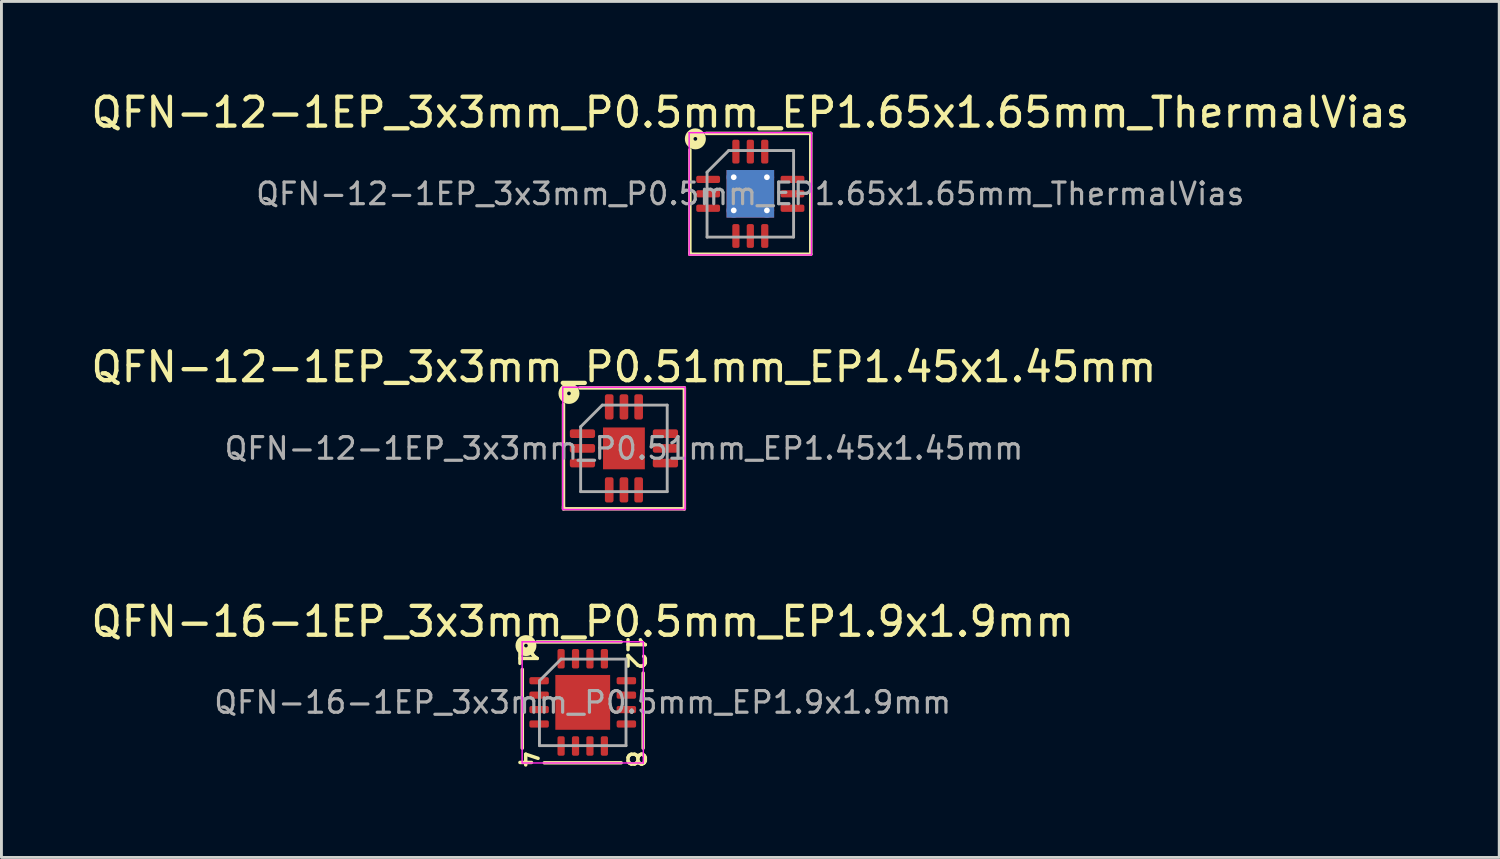
<source format=kicad_pcb>
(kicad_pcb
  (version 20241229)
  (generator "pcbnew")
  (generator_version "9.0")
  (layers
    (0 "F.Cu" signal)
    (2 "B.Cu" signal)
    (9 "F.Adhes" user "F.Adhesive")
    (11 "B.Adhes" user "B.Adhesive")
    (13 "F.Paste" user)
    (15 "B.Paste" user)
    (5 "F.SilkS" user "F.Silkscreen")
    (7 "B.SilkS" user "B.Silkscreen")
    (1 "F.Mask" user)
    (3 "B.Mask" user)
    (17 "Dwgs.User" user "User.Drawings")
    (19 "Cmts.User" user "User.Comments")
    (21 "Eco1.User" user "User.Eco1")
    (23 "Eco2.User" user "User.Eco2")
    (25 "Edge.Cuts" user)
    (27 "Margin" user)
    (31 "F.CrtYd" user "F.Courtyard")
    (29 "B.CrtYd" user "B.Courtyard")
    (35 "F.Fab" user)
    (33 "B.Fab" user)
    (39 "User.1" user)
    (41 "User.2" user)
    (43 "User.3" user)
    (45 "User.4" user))
  (footprint "QFN-12-1EP_3x3mm_P0.51mm_EP1.45x1.45mm"
    (layer "F.Cu")
    (at 18.577 12.492)
    (property "Reference" "QFN-12-1EP_3x3mm_P0.51mm_EP1.45x1.45mm" (at 0 -2.82 0) (layer "F.SilkS") (effects (font (size 1 1) (thickness 0.15))))
    (attr smd)
    (fp_line (start -2.095 -1.524) (end -2.095 2.032) (stroke (width 0.12) (type solid)) (layer "F.SilkS"))
    (fp_line (start -2.095 2.032) (end -2.095 2.095) (stroke (width 0.12) (type solid)) (layer "F.SilkS"))
    (fp_line (start -2.095 2.095) (end 2.095 2.095) (stroke (width 0.12) (type solid)) (layer "F.SilkS"))
    (fp_line (start 2.095 -2.095) (end -1.524 -2.095) (stroke (width 0.12) (type solid)) (layer "F.SilkS"))
    (fp_line (start 2.095 2.095) (end 2.095 -2.095) (stroke (width 0.12) (type solid)) (layer "F.SilkS"))
    (fp_circle (center -1.905 -1.905) (end -1.841 -1.905) (stroke (width 0.3) (type solid)) (fill no) (layer "F.SilkS"))
    (fp_line (start -2.12 -2.12) (end -2.12 2.12) (stroke (width 0.05) (type solid)) (layer "F.CrtYd"))
    (fp_line (start -2.12 2.12) (end 2.12 2.12) (stroke (width 0.05) (type solid)) (layer "F.CrtYd"))
    (fp_line (start 2.12 -2.12) (end -2.12 -2.12) (stroke (width 0.05) (type solid)) (layer "F.CrtYd"))
    (fp_line (start 2.12 2.12) (end 2.12 -2.12) (stroke (width 0.05) (type solid)) (layer "F.CrtYd"))
    (fp_line (start -1.5 -0.75) (end -0.75 -1.5) (stroke (width 0.1) (type solid)) (layer "F.Fab"))
    (fp_line (start -1.5 1.5) (end -1.5 -0.75) (stroke (width 0.1) (type solid)) (layer "F.Fab"))
    (fp_line (start -0.75 -1.5) (end 1.5 -1.5) (stroke (width 0.1) (type solid)) (layer "F.Fab"))
    (fp_line (start 1.5 -1.5) (end 1.5 1.5) (stroke (width 0.1) (type solid)) (layer "F.Fab"))
    (fp_line (start 1.5 1.5) (end -1.5 1.5) (stroke (width 0.1) (type solid)) (layer "F.Fab"))
    (fp_text user "${REFERENCE}" (at 0 0 0) (layer "F.Fab") (effects (font (size 0.75 0.75) (thickness 0.11))))
    (pad "" smd roundrect (at -0.36 -0.36) (size 0.58 0.58) (layers "F.Paste") (roundrect_rratio 0.25))
    (pad "" smd roundrect (at -0.36 0.36) (size 0.58 0.58) (layers "F.Paste") (roundrect_rratio 0.25))
    (pad "" smd roundrect (at 0.36 -0.36) (size 0.58 0.58) (layers "F.Paste") (roundrect_rratio 0.25))
    (pad "" smd roundrect (at 0.36 0.36) (size 0.58 0.58) (layers "F.Paste") (roundrect_rratio 0.25))
    (pad "1" smd roundrect (at -1.438 -0.51) (size 0.875 0.3) (layers "F.Cu" "F.Mask" "F.Paste") (roundrect_rratio 0.25))
    (pad "2" smd roundrect (at -1.438 0) (size 0.875 0.3) (layers "F.Cu" "F.Mask" "F.Paste") (roundrect_rratio 0.25))
    (pad "3" smd roundrect (at -1.438 0.51) (size 0.875 0.3) (layers "F.Cu" "F.Mask" "F.Paste") (roundrect_rratio 0.25))
    (pad "4" smd roundrect (at -0.51 1.438) (size 0.3 0.875) (layers "F.Cu" "F.Mask" "F.Paste") (roundrect_rratio 0.25))
    (pad "5" smd roundrect (at 0 1.438) (size 0.3 0.875) (layers "F.Cu" "F.Mask" "F.Paste") (roundrect_rratio 0.25))
    (pad "6" smd roundrect (at 0.51 1.438) (size 0.3 0.875) (layers "F.Cu" "F.Mask" "F.Paste") (roundrect_rratio 0.25))
    (pad "7" smd roundrect (at 1.438 0.51) (size 0.875 0.3) (layers "F.Cu" "F.Mask" "F.Paste") (roundrect_rratio 0.25))
    (pad "8" smd roundrect (at 1.438 0) (size 0.875 0.3) (layers "F.Cu" "F.Mask" "F.Paste") (roundrect_rratio 0.25))
    (pad "9" smd roundrect (at 1.438 -0.51) (size 0.875 0.3) (layers "F.Cu" "F.Mask" "F.Paste") (roundrect_rratio 0.25))
    (pad "10" smd roundrect (at 0.51 -1.438) (size 0.3 0.875) (layers "F.Cu" "F.Mask" "F.Paste") (roundrect_rratio 0.25))
    (pad "11" smd roundrect (at 0 -1.438) (size 0.3 0.875) (layers "F.Cu" "F.Mask" "F.Paste") (roundrect_rratio 0.25))
    (pad "12" smd roundrect (at -0.51 -1.438) (size 0.3 0.875) (layers "F.Cu" "F.Mask" "F.Paste") (roundrect_rratio 0.25))
    (pad "13" smd rect (at 0 0) (size 1.45 1.45) (layers "F.Cu" "F.Mask")))
  (footprint "QFN-12-1EP_3x3mm_P0.5mm_EP1.65x1.65mm_ThermalVias"
    (layer "F.Cu")
    (at 22.958 3.668)
    (property "Reference" "QFN-12-1EP_3x3mm_P0.5mm_EP1.65x1.65mm_ThermalVias" (at 0 -2.82 0) (layer "F.SilkS") (effects (font (size 1 1) (thickness 0.15))))
    (attr smd)
    (fp_line (start -2.095 -1.524) (end -2.095 2.032) (stroke (width 0.12) (type solid)) (layer "F.SilkS"))
    (fp_line (start -2.095 2.032) (end -2.095 2.095) (stroke (width 0.12) (type solid)) (layer "F.SilkS"))
    (fp_line (start -2.095 2.095) (end 2.095 2.095) (stroke (width 0.12) (type solid)) (layer "F.SilkS"))
    (fp_line (start 2.095 -2.095) (end -1.524 -2.095) (stroke (width 0.12) (type solid)) (layer "F.SilkS"))
    (fp_line (start 2.095 2.095) (end 2.095 -2.095) (stroke (width 0.12) (type solid)) (layer "F.SilkS"))
    (fp_circle (center -1.905 -1.905) (end -1.841 -1.905) (stroke (width 0.3) (type solid)) (fill no) (layer "F.SilkS"))
    (fp_line (start -2.12 -2.12) (end -2.12 2.12) (stroke (width 0.05) (type solid)) (layer "F.CrtYd"))
    (fp_line (start -2.12 2.12) (end 2.12 2.12) (stroke (width 0.05) (type solid)) (layer "F.CrtYd"))
    (fp_line (start 2.12 -2.12) (end -2.12 -2.12) (stroke (width 0.05) (type solid)) (layer "F.CrtYd"))
    (fp_line (start 2.12 2.12) (end 2.12 -2.12) (stroke (width 0.05) (type solid)) (layer "F.CrtYd"))
    (fp_line (start -1.5 -0.75) (end -0.75 -1.5) (stroke (width 0.1) (type solid)) (layer "F.Fab"))
    (fp_line (start -1.5 1.5) (end -1.5 -0.75) (stroke (width 0.1) (type solid)) (layer "F.Fab"))
    (fp_line (start -0.75 -1.5) (end 1.5 -1.5) (stroke (width 0.1) (type solid)) (layer "F.Fab"))
    (fp_line (start 1.5 -1.5) (end 1.5 1.5) (stroke (width 0.1) (type solid)) (layer "F.Fab"))
    (fp_line (start 1.5 1.5) (end -1.5 1.5) (stroke (width 0.1) (type solid)) (layer "F.Fab"))
    (fp_text user "${REFERENCE}" (at 0 0 0) (layer "F.Fab") (effects (font (size 0.75 0.75) (thickness 0.11))))
    (pad "" smd roundrect (at -0.41 -0.41) (size 0.71 0.71) (layers "F.Paste") (roundrect_rratio 0.25))
    (pad "" smd roundrect (at -0.41 0.41) (size 0.71 0.71) (layers "F.Paste") (roundrect_rratio 0.25))
    (pad "" smd roundrect (at 0.41 -0.41) (size 0.71 0.71) (layers "F.Paste") (roundrect_rratio 0.25))
    (pad "" smd roundrect (at 0.41 0.41) (size 0.71 0.71) (layers "F.Paste") (roundrect_rratio 0.25))
    (pad "1" smd roundrect (at -1.462 -0.5) (size 0.825 0.25) (layers "F.Cu" "F.Mask" "F.Paste") (roundrect_rratio 0.25))
    (pad "2" smd roundrect (at -1.462 0) (size 0.825 0.25) (layers "F.Cu" "F.Mask" "F.Paste") (roundrect_rratio 0.25))
    (pad "3" smd roundrect (at -1.462 0.5) (size 0.825 0.25) (layers "F.Cu" "F.Mask" "F.Paste") (roundrect_rratio 0.25))
    (pad "4" smd roundrect (at -0.5 1.462) (size 0.25 0.825) (layers "F.Cu" "F.Mask" "F.Paste") (roundrect_rratio 0.25))
    (pad "5" smd roundrect (at 0 1.462) (size 0.25 0.825) (layers "F.Cu" "F.Mask" "F.Paste") (roundrect_rratio 0.25))
    (pad "6" smd roundrect (at 0.5 1.462) (size 0.25 0.825) (layers "F.Cu" "F.Mask" "F.Paste") (roundrect_rratio 0.25))
    (pad "7" smd roundrect (at 1.462 0.5) (size 0.825 0.25) (layers "F.Cu" "F.Mask" "F.Paste") (roundrect_rratio 0.25))
    (pad "8" smd roundrect (at 1.462 0) (size 0.825 0.25) (layers "F.Cu" "F.Mask" "F.Paste") (roundrect_rratio 0.25))
    (pad "9" smd roundrect (at 1.462 -0.5) (size 0.825 0.25) (layers "F.Cu" "F.Mask" "F.Paste") (roundrect_rratio 0.25))
    (pad "10" smd roundrect (at 0.5 -1.462) (size 0.25 0.825) (layers "F.Cu" "F.Mask" "F.Paste") (roundrect_rratio 0.25))
    (pad "11" smd roundrect (at 0 -1.462) (size 0.25 0.825) (layers "F.Cu" "F.Mask" "F.Paste") (roundrect_rratio 0.25))
    (pad "12" smd roundrect (at -0.5 -1.462) (size 0.25 0.825) (layers "F.Cu" "F.Mask" "F.Paste") (roundrect_rratio 0.25))
    (pad "13" thru_hole circle (at -0.575 -0.575) (size 0.5 0.5) (drill 0.2) (layers "*.Cu"))
    (pad "13" thru_hole circle (at -0.575 0.575) (size 0.5 0.5) (drill 0.2) (layers "*.Cu"))
    (pad "13" smd rect (at 0 0) (size 1.65 1.65) (layers "F.Cu" "F.Mask"))
    (pad "13" smd rect (at 0 0) (size 1.65 1.65) (layers "B.Cu" "B.Mask"))
    (pad "13" thru_hole circle (at 0.575 -0.575) (size 0.5 0.5) (drill 0.2) (layers "*.Cu"))
    (pad "13" thru_hole circle (at 0.575 0.575) (size 0.5 0.5) (drill 0.2) (layers "*.Cu")))
  (footprint "QFN-16-1EP_3x3mm_P0.5mm_EP1.9x1.9mm"
    (layer "F.Cu")
    (at 17.149 21.296)
    (property "Reference" "QFN-16-1EP_3x3mm_P0.5mm_EP1.9x1.9mm" (at 0 -2.8 0) (layer "F.SilkS") (effects (font (size 1 1) (thickness 0.15))))
    (attr smd)
    (fp_line (start -2.095 1.587) (end -2.095 -1.143) (stroke (width 0.12) (type solid)) (layer "F.SilkS"))
    (fp_line (start -1.587 -2.095) (end 1.333 -2.095) (stroke (width 0.12) (type solid)) (layer "F.SilkS"))
    (fp_line (start 1.333 2.095) (end -1.333 2.095) (stroke (width 0.12) (type solid)) (layer "F.SilkS"))
    (fp_line (start 2.095 -1.016) (end 2.095 1.587) (stroke (width 0.12) (type solid)) (layer "F.SilkS"))
    (fp_circle (center -1.968 -1.968) (end -1.905 -1.968) (stroke (width 0.3) (type solid)) (fill no) (layer "F.SilkS"))
    (fp_line (start -2.1 -2.1) (end -2.1 2.1) (stroke (width 0.05) (type solid)) (layer "F.CrtYd"))
    (fp_line (start -2.1 2.1) (end 2.1 2.1) (stroke (width 0.05) (type solid)) (layer "F.CrtYd"))
    (fp_line (start 2.1 -2.1) (end -2.1 -2.1) (stroke (width 0.05) (type solid)) (layer "F.CrtYd"))
    (fp_line (start 2.1 2.1) (end 2.1 -2.1) (stroke (width 0.05) (type solid)) (layer "F.CrtYd"))
    (fp_line (start -1.5 -0.75) (end -0.75 -1.5) (stroke (width 0.1) (type solid)) (layer "F.Fab"))
    (fp_line (start -1.5 1.5) (end -1.5 -0.75) (stroke (width 0.1) (type solid)) (layer "F.Fab"))
    (fp_line (start -0.75 -1.5) (end 1.5 -1.5) (stroke (width 0.1) (type solid)) (layer "F.Fab"))
    (fp_line (start 1.5 -1.5) (end 1.5 1.5) (stroke (width 0.1) (type solid)) (layer "F.Fab"))
    (fp_line (start 1.5 1.5) (end -1.5 1.5) (stroke (width 0.1) (type solid)) (layer "F.Fab"))
    (fp_text user "12" (at 1.841 -1.714 270) (unlocked yes) (layer "F.SilkS") (effects (font (size 0.6 0.6) (thickness 0.12))))
    (fp_text user "4" (at -1.905 1.968 270) (unlocked yes) (layer "F.SilkS") (effects (font (size 0.6 0.6) (thickness 0.12))))
    (fp_text user "1" (at -1.905 -1.524 270) (unlocked yes) (layer "F.SilkS") (effects (font (size 0.6 0.6) (thickness 0.12))))
    (fp_text user "8" (at 1.841 1.968 270) (unlocked yes) (layer "F.SilkS") (effects (font (size 0.6 0.6) (thickness 0.12))))
    (fp_text user "${REFERENCE}" (at 0 0 0) (layer "F.Fab") (effects (font (size 0.75 0.75) (thickness 0.11))))
    (pad "" smd roundrect (at -0.475 -0.475) (size 0.77 0.77) (layers "F.Paste") (roundrect_rratio 0.25))
    (pad "" smd roundrect (at -0.475 0.475) (size 0.77 0.77) (layers "F.Paste") (roundrect_rratio 0.25))
    (pad "" smd roundrect (at 0.475 -0.475) (size 0.77 0.77) (layers "F.Paste") (roundrect_rratio 0.25))
    (pad "" smd roundrect (at 0.475 0.475) (size 0.77 0.77) (layers "F.Paste") (roundrect_rratio 0.25))
    (pad "1" smd roundrect (at -1.512 -0.75) (size 0.675 0.25) (layers "F.Cu" "F.Mask" "F.Paste") (roundrect_rratio 0.25))
    (pad "2" smd roundrect (at -1.512 -0.25) (size 0.675 0.25) (layers "F.Cu" "F.Mask" "F.Paste") (roundrect_rratio 0.25))
    (pad "3" smd roundrect (at -1.512 0.25) (size 0.675 0.25) (layers "F.Cu" "F.Mask" "F.Paste") (roundrect_rratio 0.25))
    (pad "4" smd roundrect (at -1.512 0.75) (size 0.675 0.25) (layers "F.Cu" "F.Mask" "F.Paste") (roundrect_rratio 0.25))
    (pad "5" smd roundrect (at -0.75 1.512) (size 0.25 0.675) (layers "F.Cu" "F.Mask" "F.Paste") (roundrect_rratio 0.25))
    (pad "6" smd roundrect (at -0.25 1.512) (size 0.25 0.675) (layers "F.Cu" "F.Mask" "F.Paste") (roundrect_rratio 0.25))
    (pad "7" smd roundrect (at 0.25 1.512) (size 0.25 0.675) (layers "F.Cu" "F.Mask" "F.Paste") (roundrect_rratio 0.25))
    (pad "8" smd roundrect (at 0.75 1.512) (size 0.25 0.675) (layers "F.Cu" "F.Mask" "F.Paste") (roundrect_rratio 0.25))
    (pad "9" smd roundrect (at 1.512 0.75) (size 0.675 0.25) (layers "F.Cu" "F.Mask" "F.Paste") (roundrect_rratio 0.25))
    (pad "10" smd roundrect (at 1.512 0.25) (size 0.675 0.25) (layers "F.Cu" "F.Mask" "F.Paste") (roundrect_rratio 0.25))
    (pad "11" smd roundrect (at 1.512 -0.25) (size 0.675 0.25) (layers "F.Cu" "F.Mask" "F.Paste") (roundrect_rratio 0.25))
    (pad "12" smd roundrect (at 1.512 -0.75) (size 0.675 0.25) (layers "F.Cu" "F.Mask" "F.Paste") (roundrect_rratio 0.25))
    (pad "13" smd roundrect (at 0.75 -1.512) (size 0.25 0.675) (layers "F.Cu" "F.Mask" "F.Paste") (roundrect_rratio 0.25))
    (pad "14" smd roundrect (at 0.25 -1.512) (size 0.25 0.675) (layers "F.Cu" "F.Mask" "F.Paste") (roundrect_rratio 0.25))
    (pad "15" smd roundrect (at -0.25 -1.512) (size 0.25 0.675) (layers "F.Cu" "F.Mask" "F.Paste") (roundrect_rratio 0.25))
    (pad "16" smd roundrect (at -0.75 -1.512) (size 0.25 0.675) (layers "F.Cu" "F.Mask" "F.Paste") (roundrect_rratio 0.25))
    (pad "17" smd rect (at 0 0) (size 1.9 1.9) (layers "F.Cu" "F.Mask")))
  (gr_rect
    (start -3 -3)
    (end 48.917 26.67)
    (stroke (width 0.1) (type default))
    (fill no)
    (layer "Edge.Cuts")))
</source>
